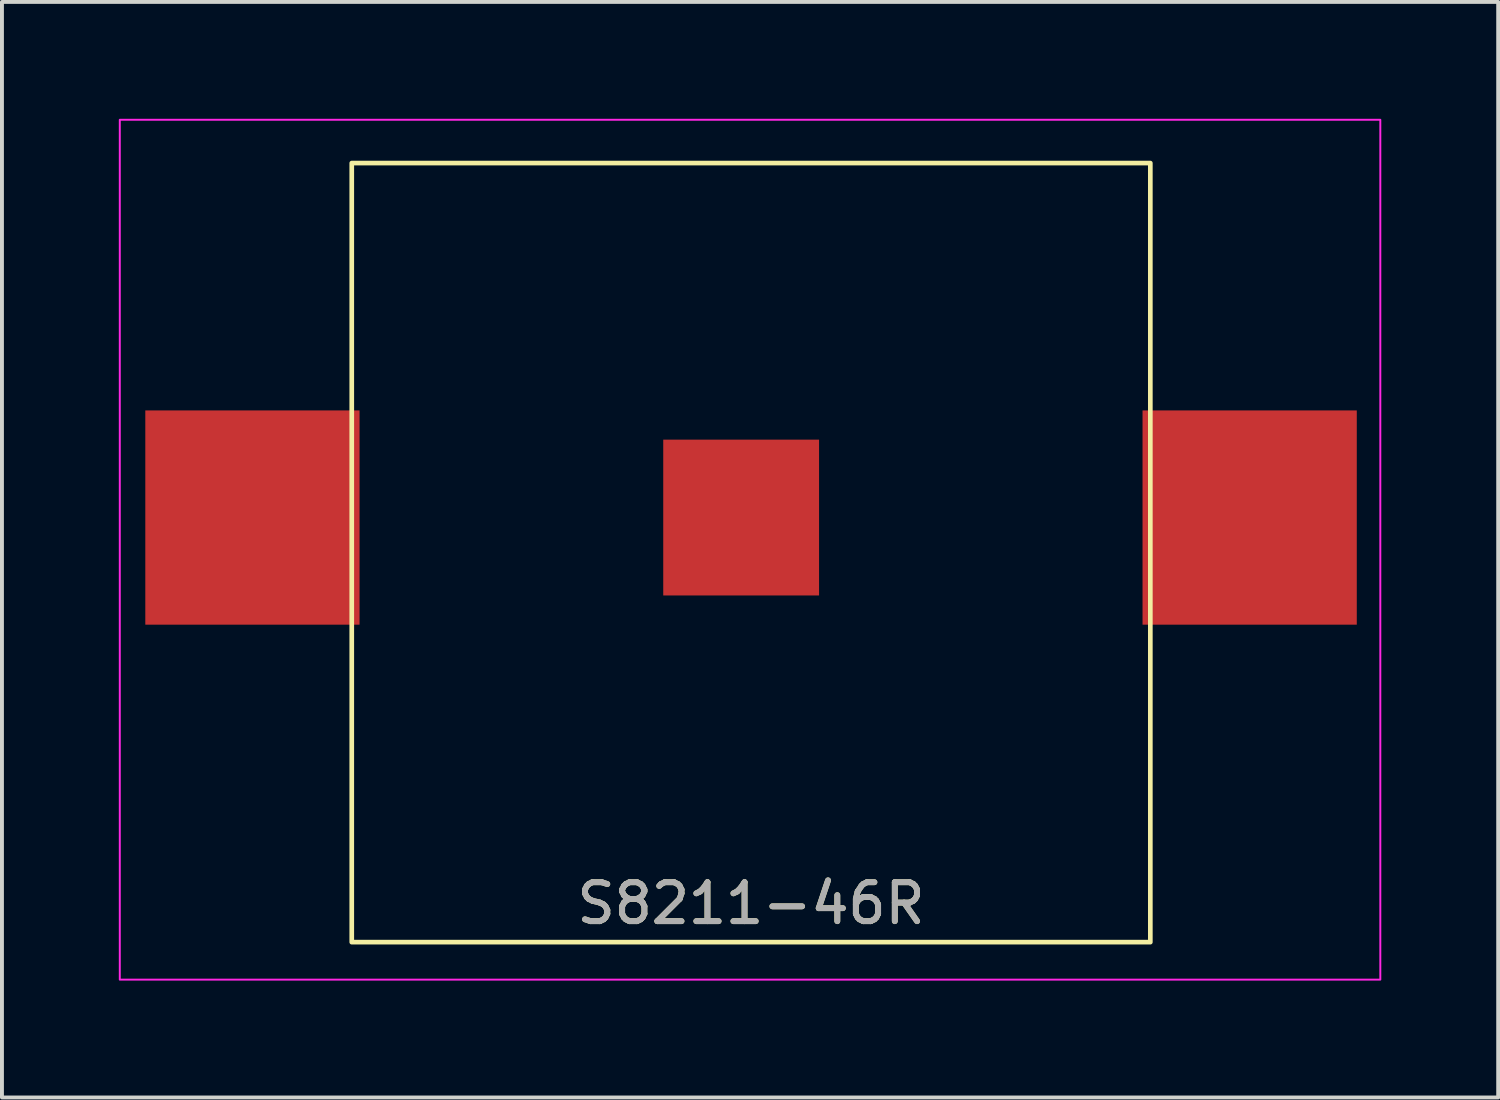
<source format=kicad_pcb>
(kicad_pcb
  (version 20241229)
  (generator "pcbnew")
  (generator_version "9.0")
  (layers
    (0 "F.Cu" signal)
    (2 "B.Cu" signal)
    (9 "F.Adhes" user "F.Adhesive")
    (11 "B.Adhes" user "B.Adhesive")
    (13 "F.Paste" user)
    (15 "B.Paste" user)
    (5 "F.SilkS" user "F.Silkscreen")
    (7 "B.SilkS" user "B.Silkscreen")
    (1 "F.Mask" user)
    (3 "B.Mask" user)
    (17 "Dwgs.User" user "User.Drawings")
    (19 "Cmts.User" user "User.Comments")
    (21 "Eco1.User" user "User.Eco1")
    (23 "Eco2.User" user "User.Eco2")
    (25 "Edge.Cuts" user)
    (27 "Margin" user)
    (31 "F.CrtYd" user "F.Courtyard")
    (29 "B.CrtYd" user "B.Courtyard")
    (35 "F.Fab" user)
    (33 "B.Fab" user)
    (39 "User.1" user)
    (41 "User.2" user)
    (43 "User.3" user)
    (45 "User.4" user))
  (footprint "S8211-46R"
    (layer "F.Cu")
    (at 16.23 10.236)
    (property "Reference" "S8211-46R" (at 0 9.906 0) (unlocked yes) (layer "F.SilkS") (effects (font (size 1 1) (thickness 0.15))))
    (attr through_hole)
    (fp_rect (start -10.25 10.9) (end 10.25 -9.1) (stroke (width 0.12) (type solid)) (fill no) (layer "F.SilkS"))
    (fp_rect (start -16.205 -10.211) (end 16.154 11.862) (stroke (width 0.05) (type solid)) (fill no) (layer "F.CrtYd"))
    (fp_text user "${REFERENCE}" (at 0 9.906 0) (unlocked yes) (layer "F.Fab") (effects (font (size 1 1) (thickness 0.15))))
    (pad "1" smd rect (at -12.8 0) (size 5.5 5.5) (layers "F.Cu" "F.Mask" "F.Paste"))
    (pad "2" smd rect (at -0.254 0) (size 4 4) (layers "F.Cu" "F.Mask" "F.Paste"))
    (pad "3" smd rect (at 12.8 0) (size 5.5 5.5) (layers "F.Cu" "F.Mask" "F.Paste")))
  (gr_rect
    (start -3 -3)
    (end 35.41 25.123)
    (stroke (width 0.1) (type default))
    (fill no)
    (layer "Edge.Cuts")))
</source>
